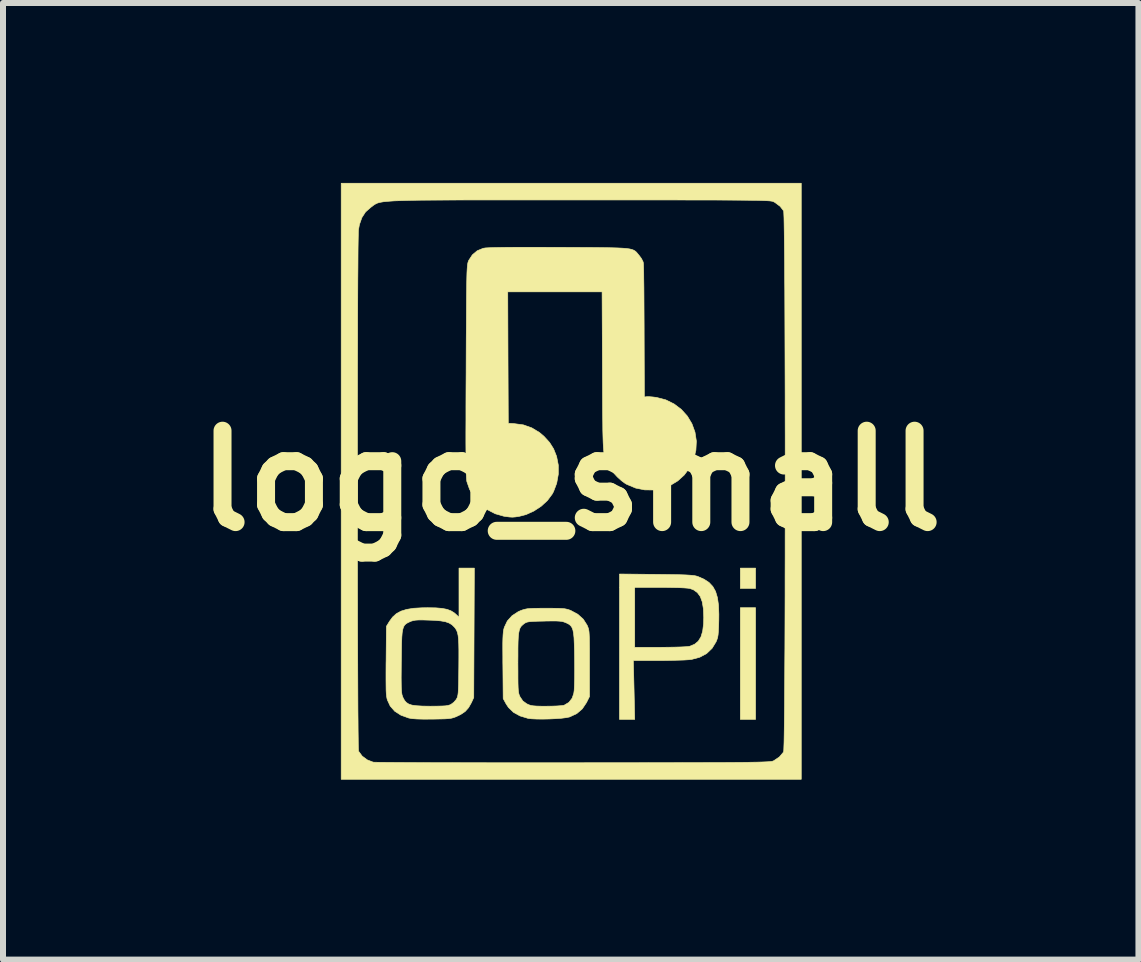
<source format=kicad_pcb>
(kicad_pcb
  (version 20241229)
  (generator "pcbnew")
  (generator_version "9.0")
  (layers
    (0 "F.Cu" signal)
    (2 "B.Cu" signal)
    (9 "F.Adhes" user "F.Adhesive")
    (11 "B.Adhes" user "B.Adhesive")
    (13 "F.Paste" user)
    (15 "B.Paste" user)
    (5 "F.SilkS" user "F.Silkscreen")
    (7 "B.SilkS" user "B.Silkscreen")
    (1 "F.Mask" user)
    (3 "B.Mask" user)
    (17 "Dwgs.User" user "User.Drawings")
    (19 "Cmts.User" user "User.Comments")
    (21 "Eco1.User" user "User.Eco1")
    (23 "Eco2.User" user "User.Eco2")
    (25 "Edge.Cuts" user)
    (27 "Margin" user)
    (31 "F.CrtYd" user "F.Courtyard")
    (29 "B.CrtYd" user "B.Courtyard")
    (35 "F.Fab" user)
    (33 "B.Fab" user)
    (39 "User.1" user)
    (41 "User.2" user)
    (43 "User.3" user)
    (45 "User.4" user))
  (footprint "logo_small"
    (layer "F.Cu")
    (at 6.466 4.966)
    (property "Reference" "logo_small" (at 0 0 0) (layer "F.SilkS") (effects (font (size 1.524 1.524) (thickness 0.3))))
    (attr through_hole)
    (fp_poly (pts (xy 3.082 1.795) (xy 2.828 1.795) (xy 2.828 1.456) (xy 3.082 1.456) (xy 3.082 1.795)) (stroke (width 0.01) (type solid)) (fill yes) (layer "F.SilkS"))
    (fp_poly (pts (xy 3.082 3.979) (xy 2.828 3.979) (xy 2.828 2.117) (xy 3.082 2.117) (xy 3.082 3.979)) (stroke (width 0.01) (type solid)) (fill yes) (layer "F.SilkS"))
    (fp_poly (pts (xy 1.427 1.561) (xy 1.591 1.563) (xy 1.724 1.565) (xy 1.831 1.567) (xy 1.916 1.57) (xy 1.981 1.574) (xy 2.031 1.578) (xy 2.069 1.583) (xy 2.099 1.59) (xy 2.124 1.598) (xy 2.225 1.643) (xy 2.306 1.696) (xy 2.369 1.763) (xy 2.415 1.845) (xy 2.446 1.948) (xy 2.464 2.073) (xy 2.47 2.226) (xy 2.469 2.327) (xy 2.466 2.433) (xy 2.462 2.512) (xy 2.457 2.57) (xy 2.449 2.615) (xy 2.437 2.652) (xy 2.424 2.684) (xy 2.357 2.794) (xy 2.266 2.881) (xy 2.152 2.942) (xy 2.015 2.979) (xy 2.013 2.979) (xy 1.966 2.984) (xy 1.891 2.989) (xy 1.794 2.992) (xy 1.682 2.995) (xy 1.561 2.997) (xy 1.475 2.997) (xy 1.044 2.997) (xy 1.056 3.488) (xy 1.067 3.979) (xy 0.813 3.979) (xy 0.813 2.777) (xy 1.067 2.777) (xy 1.494 2.777) (xy 1.624 2.776) (xy 1.741 2.774) (xy 1.841 2.771) (xy 1.919 2.767) (xy 1.971 2.762) (xy 1.986 2.759) (xy 2.065 2.726) (xy 2.126 2.676) (xy 2.171 2.604) (xy 2.2 2.508) (xy 2.215 2.385) (xy 2.218 2.278) (xy 2.212 2.134) (xy 2.193 2.019) (xy 2.16 1.93) (xy 2.111 1.864) (xy 2.046 1.818) (xy 1.986 1.796) (xy 1.95 1.791) (xy 1.885 1.786) (xy 1.795 1.782) (xy 1.686 1.78) (xy 1.562 1.778) (xy 1.494 1.778) (xy 1.067 1.778) (xy 1.067 2.777) (xy 0.813 2.777) (xy 0.813 1.555) (xy 1.427 1.561)) (stroke (width 0.01) (type solid)) (fill yes) (layer "F.SilkS"))
    (fp_poly (pts (xy -1.617 3.615) (xy -1.656 3.7) (xy -1.703 3.783) (xy -1.759 3.846) (xy -1.834 3.897) (xy -1.886 3.922) (xy -1.924 3.939) (xy -1.958 3.951) (xy -1.994 3.96) (xy -2.039 3.966) (xy -2.098 3.97) (xy -2.177 3.972) (xy -2.284 3.974) (xy -2.303 3.974) (xy -2.449 3.975) (xy -2.563 3.972) (xy -2.647 3.966) (xy -2.701 3.956) (xy -2.831 3.909) (xy -2.934 3.843) (xy -3.01 3.756) (xy -3.057 3.655) (xy -3.064 3.629) (xy -3.07 3.595) (xy -3.075 3.551) (xy -3.078 3.493) (xy -3.079 3.416) (xy -3.08 3.318) (xy -3.08 3.283) (xy -2.827 3.283) (xy -2.826 3.375) (xy -2.825 3.445) (xy -2.822 3.498) (xy -2.818 3.538) (xy -2.813 3.568) (xy -2.805 3.592) (xy -2.796 3.616) (xy -2.771 3.662) (xy -2.741 3.697) (xy -2.701 3.723) (xy -2.647 3.741) (xy -2.572 3.751) (xy -2.474 3.757) (xy -2.347 3.759) (xy -2.337 3.759) (xy -2.228 3.758) (xy -2.147 3.756) (xy -2.088 3.753) (xy -2.046 3.746) (xy -2.015 3.737) (xy -1.999 3.73) (xy -1.95 3.694) (xy -1.909 3.647) (xy -1.906 3.641) (xy -1.895 3.621) (xy -1.887 3.599) (xy -1.881 3.57) (xy -1.876 3.53) (xy -1.873 3.475) (xy -1.87 3.4) (xy -1.868 3.302) (xy -1.867 3.176) (xy -1.866 3.104) (xy -1.865 2.948) (xy -1.865 2.821) (xy -1.867 2.72) (xy -1.871 2.641) (xy -1.878 2.58) (xy -1.888 2.533) (xy -1.902 2.496) (xy -1.92 2.465) (xy -1.939 2.441) (xy -1.98 2.401) (xy -2.028 2.372) (xy -2.09 2.35) (xy -2.171 2.336) (xy -2.277 2.327) (xy -2.364 2.324) (xy -2.462 2.321) (xy -2.533 2.321) (xy -2.585 2.324) (xy -2.624 2.331) (xy -2.659 2.341) (xy -2.68 2.35) (xy -2.717 2.367) (xy -2.746 2.385) (xy -2.769 2.406) (xy -2.787 2.436) (xy -2.8 2.477) (xy -2.81 2.533) (xy -2.816 2.607) (xy -2.82 2.704) (xy -2.822 2.827) (xy -2.824 2.979) (xy -2.825 3.018) (xy -2.826 3.166) (xy -2.827 3.283) (xy -3.08 3.283) (xy -3.08 3.194) (xy -3.079 3.041) (xy -3.078 3.002) (xy -3.073 2.427) (xy -3.022 2.344) (xy -2.969 2.272) (xy -2.907 2.216) (xy -2.83 2.174) (xy -2.736 2.145) (xy -2.62 2.126) (xy -2.477 2.118) (xy -2.384 2.117) (xy -2.251 2.119) (xy -2.145 2.128) (xy -2.062 2.144) (xy -1.996 2.169) (xy -1.941 2.203) (xy -1.911 2.229) (xy -1.863 2.275) (xy -1.863 1.456) (xy -1.607 1.456) (xy -1.617 3.615)) (stroke (width 0.01) (type solid)) (fill yes) (layer "F.SilkS"))
    (fp_poly (pts (xy -0.301 2.126) (xy -0.214 2.127) (xy -0.15 2.13) (xy -0.101 2.134) (xy -0.062 2.142) (xy -0.028 2.152) (xy 0.001 2.163) (xy 0.118 2.226) (xy 0.209 2.308) (xy 0.273 2.408) (xy 0.273 2.408) (xy 0.284 2.433) (xy 0.293 2.458) (xy 0.3 2.485) (xy 0.305 2.519) (xy 0.308 2.563) (xy 0.311 2.623) (xy 0.312 2.702) (xy 0.313 2.803) (xy 0.313 2.931) (xy 0.313 3.048) (xy 0.313 3.598) (xy 0.262 3.7) (xy 0.193 3.803) (xy 0.101 3.882) (xy -0.014 3.936) (xy -0.022 3.939) (xy -0.076 3.95) (xy -0.156 3.96) (xy -0.254 3.967) (xy -0.36 3.972) (xy -0.467 3.974) (xy -0.567 3.973) (xy -0.651 3.969) (xy -0.711 3.962) (xy -0.846 3.921) (xy -0.955 3.861) (xy -1.038 3.78) (xy -1.076 3.723) (xy -1.126 3.632) (xy -1.131 3.084) (xy -1.132 3.032) (xy -0.881 3.032) (xy -0.88 3.175) (xy -0.88 3.289) (xy -0.879 3.378) (xy -0.877 3.445) (xy -0.874 3.494) (xy -0.869 3.531) (xy -0.863 3.559) (xy -0.854 3.582) (xy -0.844 3.605) (xy -0.842 3.607) (xy -0.798 3.672) (xy -0.736 3.717) (xy -0.729 3.721) (xy -0.696 3.736) (xy -0.662 3.747) (xy -0.622 3.753) (xy -0.567 3.757) (xy -0.49 3.759) (xy -0.404 3.759) (xy -0.311 3.758) (xy -0.228 3.755) (xy -0.16 3.75) (xy -0.116 3.744) (xy -0.107 3.741) (xy -0.03 3.695) (xy 0.024 3.625) (xy 0.051 3.545) (xy 0.058 3.494) (xy 0.062 3.411) (xy 0.065 3.299) (xy 0.066 3.16) (xy 0.065 2.997) (xy 0.065 2.993) (xy 0.063 2.839) (xy 0.059 2.715) (xy 0.055 2.618) (xy 0.047 2.543) (xy 0.036 2.487) (xy 0.02 2.446) (xy -0.000406 2.417) (xy -0.027 2.394) (xy -0.061 2.376) (xy -0.081 2.367) (xy -0.112 2.355) (xy -0.145 2.346) (xy -0.187 2.341) (xy -0.242 2.338) (xy -0.319 2.338) (xy -0.422 2.339) (xy -0.44 2.34) (xy -0.547 2.342) (xy -0.625 2.345) (xy -0.681 2.349) (xy -0.719 2.355) (xy -0.746 2.364) (xy -0.768 2.376) (xy -0.774 2.38) (xy -0.802 2.403) (xy -0.826 2.426) (xy -0.844 2.454) (xy -0.857 2.49) (xy -0.867 2.538) (xy -0.874 2.602) (xy -0.878 2.686) (xy -0.88 2.794) (xy -0.88 2.929) (xy -0.881 3.032) (xy -1.132 3.032) (xy -1.132 2.93) (xy -1.133 2.805) (xy -1.133 2.707) (xy -1.131 2.63) (xy -1.128 2.57) (xy -1.124 2.524) (xy -1.119 2.488) (xy -1.111 2.457) (xy -1.106 2.441) (xy -1.057 2.338) (xy -0.979 2.251) (xy -0.877 2.184) (xy -0.837 2.166) (xy -0.799 2.152) (xy -0.763 2.142) (xy -0.723 2.134) (xy -0.672 2.13) (xy -0.605 2.127) (xy -0.515 2.126) (xy -0.415 2.126) (xy -0.301 2.126)) (stroke (width 0.01) (type solid)) (fill yes) (layer "F.SilkS"))
    (fp_poly (pts (xy -0.505 -3.893) (xy -0.257 -3.892) (xy -0.195 -3.892) (xy 0.038 -3.891) (xy 0.239 -3.89) (xy 0.412 -3.889) (xy 0.558 -3.887) (xy 0.68 -3.885) (xy 0.781 -3.882) (xy 0.862 -3.878) (xy 0.927 -3.873) (xy 0.978 -3.866) (xy 1.017 -3.857) (xy 1.047 -3.846) (xy 1.07 -3.833) (xy 1.09 -3.817) (xy 1.107 -3.798) (xy 1.125 -3.776) (xy 1.141 -3.757) (xy 1.178 -3.707) (xy 1.204 -3.657) (xy 1.211 -3.634) (xy 1.213 -3.608) (xy 1.215 -3.551) (xy 1.217 -3.467) (xy 1.218 -3.358) (xy 1.22 -3.226) (xy 1.221 -3.077) (xy 1.222 -2.911) (xy 1.223 -2.732) (xy 1.224 -2.544) (xy 1.224 -2.489) (xy 1.228 -1.397) (xy 1.271 -1.402) (xy 1.31 -1.402) (xy 1.369 -1.397) (xy 1.432 -1.389) (xy 1.585 -1.349) (xy 1.723 -1.281) (xy 1.844 -1.19) (xy 1.944 -1.079) (xy 2.021 -0.951) (xy 2.072 -0.811) (xy 2.095 -0.661) (xy 2.087 -0.507) (xy 2.048 -0.352) (xy 1.982 -0.215) (xy 1.893 -0.096) (xy 1.785 0.002) (xy 1.661 0.077) (xy 1.525 0.129) (xy 1.381 0.154) (xy 1.233 0.152) (xy 1.083 0.122) (xy 0.935 0.06) (xy 0.907 0.044) (xy 0.846 -0.001) (xy 0.777 -0.064) (xy 0.711 -0.136) (xy 0.655 -0.207) (xy 0.628 -0.252) (xy 0.611 -0.284) (xy 0.596 -0.314) (xy 0.584 -0.343) (xy 0.573 -0.373) (xy 0.564 -0.408) (xy 0.556 -0.449) (xy 0.55 -0.5) (xy 0.545 -0.562) (xy 0.541 -0.637) (xy 0.538 -0.73) (xy 0.535 -0.84) (xy 0.534 -0.972) (xy 0.532 -1.128) (xy 0.531 -1.309) (xy 0.53 -1.519) (xy 0.529 -1.76) (xy 0.529 -1.825) (xy 0.523 -3.15) (xy -1.05 -3.15) (xy -1.046 -2.054) (xy -1.041 -0.958) (xy -0.948 -0.953) (xy -0.79 -0.932) (xy -0.649 -0.882) (xy -0.52 -0.804) (xy -0.444 -0.739) (xy -0.353 -0.639) (xy -0.286 -0.533) (xy -0.236 -0.408) (xy -0.235 -0.404) (xy -0.207 -0.261) (xy -0.207 -0.109) (xy -0.234 0.042) (xy -0.287 0.182) (xy -0.31 0.224) (xy -0.389 0.33) (xy -0.494 0.426) (xy -0.615 0.505) (xy -0.745 0.564) (xy -0.857 0.593) (xy -0.922 0.603) (xy -0.972 0.607) (xy -1.022 0.604) (xy -1.084 0.596) (xy -1.116 0.591) (xy -1.259 0.55) (xy -1.392 0.481) (xy -1.511 0.387) (xy -1.611 0.272) (xy -1.687 0.142) (xy -1.732 0.013) (xy -1.735 -0.009) (xy -1.738 -0.045) (xy -1.741 -0.095) (xy -1.743 -0.162) (xy -1.745 -0.248) (xy -1.746 -0.354) (xy -1.747 -0.481) (xy -1.748 -0.633) (xy -1.748 -0.809) (xy -1.747 -1.012) (xy -1.747 -1.244) (xy -1.746 -1.506) (xy -1.744 -1.801) (xy -1.744 -1.837) (xy -1.743 -2.12) (xy -1.742 -2.371) (xy -1.74 -2.591) (xy -1.739 -2.785) (xy -1.738 -2.952) (xy -1.737 -3.095) (xy -1.735 -3.216) (xy -1.734 -3.318) (xy -1.732 -3.402) (xy -1.73 -3.47) (xy -1.727 -3.524) (xy -1.724 -3.566) (xy -1.721 -3.598) (xy -1.717 -3.623) (xy -1.713 -3.641) (xy -1.708 -3.656) (xy -1.703 -3.669) (xy -1.7 -3.675) (xy -1.64 -3.767) (xy -1.559 -3.835) (xy -1.46 -3.876) (xy -1.453 -3.877) (xy -1.422 -3.882) (xy -1.368 -3.885) (xy -1.291 -3.888) (xy -1.189 -3.89) (xy -1.061 -3.892) (xy -0.906 -3.893) (xy -0.72 -3.893) (xy -0.505 -3.893)) (stroke (width 0.01) (type solid)) (fill yes) (layer "F.SilkS"))
    (fp_poly (pts (xy 3.844 4.978) (xy -3.827 4.978) (xy -3.827 0.12) (xy -3.556 0.12) (xy -3.556 0.453) (xy -3.556 0.785) (xy -3.556 1.113) (xy -3.555 1.436) (xy -3.555 1.753) (xy -3.554 2.061) (xy -3.554 2.358) (xy -3.553 2.644) (xy -3.552 2.917) (xy -3.551 3.173) (xy -3.55 3.413) (xy -3.549 3.633) (xy -3.548 3.833) (xy -3.546 4.011) (xy -3.545 4.164) (xy -3.543 4.292) (xy -3.542 4.392) (xy -3.54 4.462) (xy -3.538 4.502) (xy -3.537 4.51) (xy -3.477 4.591) (xy -3.392 4.654) (xy -3.294 4.692) (xy -3.272 4.693) (xy -3.218 4.694) (xy -3.133 4.695) (xy -3.02 4.696) (xy -2.879 4.697) (xy -2.713 4.698) (xy -2.522 4.699) (xy -2.31 4.7) (xy -2.077 4.7) (xy -1.825 4.701) (xy -1.556 4.701) (xy -1.271 4.702) (xy -0.973 4.702) (xy -0.662 4.702) (xy -0.34 4.702) (xy -0.01 4.702) (xy 0.042 4.702) (xy 0.435 4.701) (xy 0.794 4.701) (xy 1.123 4.701) (xy 1.422 4.7) (xy 1.693 4.7) (xy 1.938 4.699) (xy 2.157 4.699) (xy 2.352 4.698) (xy 2.524 4.698) (xy 2.676 4.697) (xy 2.808 4.696) (xy 2.922 4.695) (xy 3.019 4.693) (xy 3.101 4.692) (xy 3.169 4.69) (xy 3.225 4.688) (xy 3.269 4.686) (xy 3.304 4.684) (xy 3.331 4.681) (xy 3.351 4.679) (xy 3.365 4.676) (xy 3.376 4.672) (xy 3.385 4.668) (xy 3.387 4.667) (xy 3.479 4.605) (xy 3.541 4.532) (xy 3.549 4.518) (xy 3.552 4.496) (xy 3.554 4.442) (xy 3.557 4.357) (xy 3.559 4.244) (xy 3.561 4.104) (xy 3.563 3.939) (xy 3.565 3.75) (xy 3.566 3.539) (xy 3.568 3.308) (xy 3.569 3.058) (xy 3.571 2.792) (xy 3.572 2.511) (xy 3.573 2.216) (xy 3.574 1.91) (xy 3.574 1.594) (xy 3.575 1.27) (xy 3.575 0.939) (xy 3.576 0.604) (xy 3.576 0.265) (xy 3.576 -0.074) (xy 3.576 -0.413) (xy 3.576 -0.751) (xy 3.575 -1.084) (xy 3.575 -1.411) (xy 3.574 -1.732) (xy 3.573 -2.043) (xy 3.572 -2.344) (xy 3.571 -2.632) (xy 3.57 -2.906) (xy 3.569 -3.165) (xy 3.567 -3.406) (xy 3.566 -3.627) (xy 3.564 -3.827) (xy 3.562 -4.005) (xy 3.56 -4.159) (xy 3.558 -4.286) (xy 3.556 -4.385) (xy 3.553 -4.455) (xy 3.551 -4.494) (xy 3.549 -4.501) (xy 3.492 -4.575) (xy 3.405 -4.64) (xy 3.387 -4.65) (xy 3.379 -4.654) (xy 3.369 -4.658) (xy 3.355 -4.661) (xy 3.336 -4.664) (xy 3.311 -4.667) (xy 3.278 -4.669) (xy 3.236 -4.671) (xy 3.183 -4.673) (xy 3.118 -4.675) (xy 3.039 -4.676) (xy 2.945 -4.677) (xy 2.835 -4.678) (xy 2.706 -4.679) (xy 2.558 -4.68) (xy 2.389 -4.681) (xy 2.197 -4.681) (xy 1.982 -4.681) (xy 1.741 -4.682) (xy 1.474 -4.682) (xy 1.178 -4.682) (xy 0.853 -4.682) (xy 0.497 -4.682) (xy 0.152 -4.682) (xy -0.241 -4.682) (xy -0.602 -4.682) (xy -0.933 -4.682) (xy -1.234 -4.682) (xy -1.506 -4.682) (xy -1.752 -4.682) (xy -1.973 -4.681) (xy -2.171 -4.68) (xy -2.346 -4.679) (xy -2.5 -4.678) (xy -2.635 -4.676) (xy -2.753 -4.673) (xy -2.853 -4.67) (xy -2.939 -4.667) (xy -3.012 -4.662) (xy -3.072 -4.657) (xy -3.122 -4.652) (xy -3.163 -4.645) (xy -3.196 -4.638) (xy -3.222 -4.63) (xy -3.244 -4.62) (xy -3.263 -4.61) (xy -3.28 -4.599) (xy -3.297 -4.587) (xy -3.314 -4.573) (xy -3.335 -4.558) (xy -3.336 -4.557) (xy -3.421 -4.482) (xy -3.482 -4.388) (xy -3.523 -4.272) (xy -3.539 -4.183) (xy -3.541 -4.151) (xy -3.542 -4.088) (xy -3.544 -3.996) (xy -3.546 -3.875) (xy -3.547 -3.728) (xy -3.548 -3.556) (xy -3.55 -3.362) (xy -3.551 -3.146) (xy -3.552 -2.911) (xy -3.553 -2.659) (xy -3.553 -2.39) (xy -3.554 -2.108) (xy -3.555 -1.813) (xy -3.555 -1.507) (xy -3.556 -1.193) (xy -3.556 -0.871) (xy -3.556 -0.544) (xy -3.556 -0.213) (xy -3.556 0.12) (xy -3.827 0.12) (xy -3.827 -4.961) (xy 3.844 -4.961) (xy 3.844 4.978)) (stroke (width 0.01) (type solid)) (fill yes) (layer "F.SilkS")))
  (gr_rect
    (start -3 -3)
    (end 15.932 12.95)
    (stroke (width 0.1) (type default))
    (fill no)
    (layer "Edge.Cuts")))
</source>
